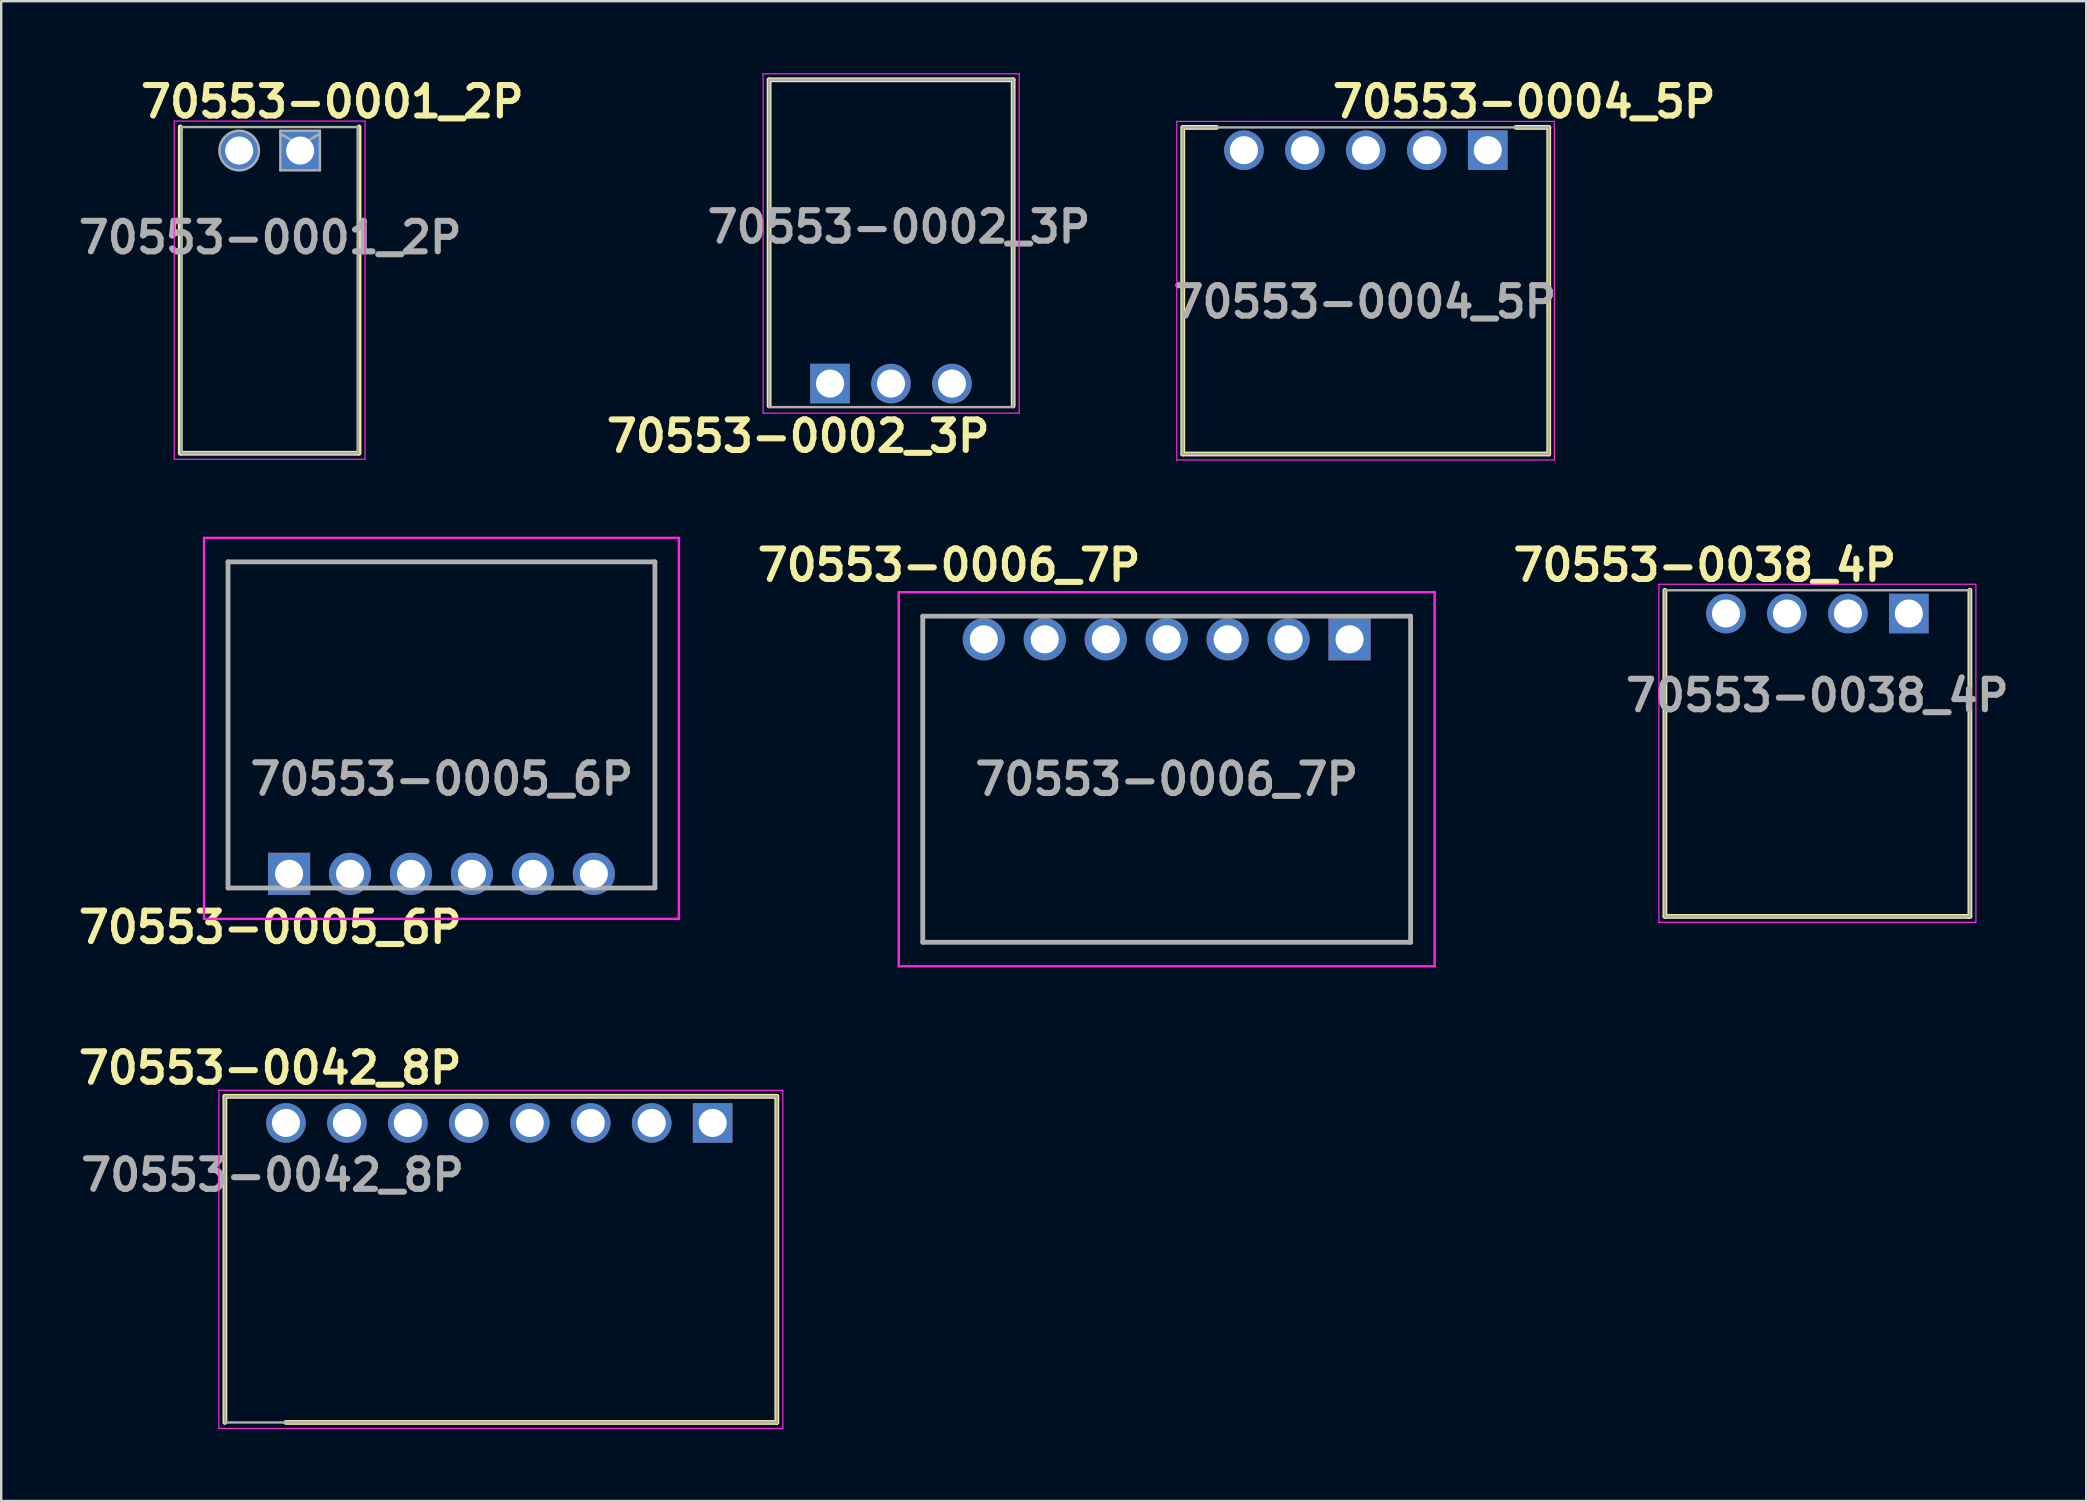
<source format=kicad_pcb>
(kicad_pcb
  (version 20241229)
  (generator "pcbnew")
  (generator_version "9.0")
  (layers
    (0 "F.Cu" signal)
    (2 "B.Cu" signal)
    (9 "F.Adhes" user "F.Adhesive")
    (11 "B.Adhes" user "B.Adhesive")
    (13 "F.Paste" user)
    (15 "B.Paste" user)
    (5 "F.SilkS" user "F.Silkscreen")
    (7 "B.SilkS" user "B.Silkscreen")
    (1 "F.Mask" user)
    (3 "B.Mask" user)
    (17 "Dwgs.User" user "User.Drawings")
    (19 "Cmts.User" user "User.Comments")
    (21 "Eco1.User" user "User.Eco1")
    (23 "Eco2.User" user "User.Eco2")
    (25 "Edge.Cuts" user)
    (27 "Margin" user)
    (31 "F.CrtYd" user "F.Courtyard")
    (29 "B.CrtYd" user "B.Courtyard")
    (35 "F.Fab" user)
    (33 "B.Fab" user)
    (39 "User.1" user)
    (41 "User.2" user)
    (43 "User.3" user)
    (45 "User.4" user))
  (footprint "70553-0002_3P"
    (layer "F.Cu")
    (at 31.54 12.935)
    (property "Reference" "70553-0002_3P" (at -1.33 2.19 0) (layer "F.SilkS") (effects (font (size 1.27 1.27) (thickness 0.254))))
    (attr through_hole)
    (fp_line (start -2.54 -12.66) (end -2.54 0.93) (stroke (width 0.2) (type solid)) (layer "F.SilkS"))
    (fp_line (start 7.63 -12.66) (end -2.54 -12.66) (stroke (width 0.2) (type solid)) (layer "F.SilkS"))
    (fp_line (start 7.63 0.93) (end 7.63 -12.66) (stroke (width 0.2) (type solid)) (layer "F.SilkS"))
    (fp_line (start -2.79 -12.91) (end 7.88 -12.91) (stroke (width 0.05) (type solid)) (layer "F.CrtYd"))
    (fp_line (start -2.79 1.23) (end -2.79 -12.91) (stroke (width 0.05) (type solid)) (layer "F.CrtYd"))
    (fp_line (start 7.88 -12.91) (end 7.88 1.23) (stroke (width 0.05) (type solid)) (layer "F.CrtYd"))
    (fp_line (start 7.88 1.23) (end -2.79 1.23) (stroke (width 0.05) (type solid)) (layer "F.CrtYd"))
    (fp_line (start -2.54 -12.66) (end 7.63 -12.66) (stroke (width 0.1) (type solid)) (layer "F.Fab"))
    (fp_line (start -2.54 0.93) (end -2.54 -12.66) (stroke (width 0.1) (type solid)) (layer "F.Fab"))
    (fp_line (start 7.63 -12.66) (end 7.63 0.93) (stroke (width 0.1) (type solid)) (layer "F.Fab"))
    (fp_line (start 7.63 0.98) (end -2.54 0.98) (stroke (width 0.1) (type solid)) (layer "F.Fab"))
    (fp_text user "${REFERENCE}" (at 2.87 -6.53 0) (layer "F.Fab") (effects (font (size 1.27 1.27) (thickness 0.254))))
    (pad "1" thru_hole rect (at 0 0) (size 1.65 1.65) (drill 1.17) (layers "*.Cu" "*.Mask"))
    (pad "2" thru_hole circle (at 2.54 0) (size 1.65 1.65) (drill 1.17) (layers "*.Cu" "*.Mask"))
    (pad "3" thru_hole circle (at 5.08 0) (size 1.65 1.65) (drill 1.17) (layers "*.Cu" "*.Mask")))
  (footprint "70553-0001_2P"
    (layer "F.Cu")
    (at 9.457 3.224)
    (property "Reference" "70553-0001_2P" (at 1.34 -2.035 0) (layer "F.SilkS") (effects (font (size 1.27 1.27) (thickness 0.254))))
    (attr through_hole)
    (fp_line (start -4.995 12.615) (end -4.995 -0.985) (stroke (width 0.2) (type solid)) (layer "F.SilkS"))
    (fp_line (start -4.955 12.615) (end 2.415 12.615) (stroke (width 0.2) (type solid)) (layer "F.SilkS"))
    (fp_line (start 2.455 12.615) (end 2.455 -0.985) (stroke (width 0.2) (type solid)) (layer "F.SilkS"))
    (fp_line (start -5.245 -1.22) (end -5.245 12.865) (stroke (width 0.05) (type solid)) (layer "F.CrtYd"))
    (fp_line (start -5.245 12.865) (end 2.705 12.865) (stroke (width 0.05) (type solid)) (layer "F.CrtYd"))
    (fp_line (start -4.955 -0.98) (end -4.955 12.61) (stroke (width 0.001) (type solid)) (layer "F.CrtYd"))
    (fp_line (start -4.955 12.61) (end 2.415 12.61) (stroke (width 0.001) (type solid)) (layer "F.CrtYd"))
    (fp_line (start -0.5 0) (end 0.5 0) (stroke (width 0.05) (type solid)) (layer "F.CrtYd"))
    (fp_line (start 0 0.5) (end 0 -0.5) (stroke (width 0.05) (type solid)) (layer "F.CrtYd"))
    (fp_line (start 2.415 -0.98) (end -4.955 -0.98) (stroke (width 0.001) (type solid)) (layer "F.CrtYd"))
    (fp_line (start 2.415 12.61) (end 2.415 -0.98) (stroke (width 0.001) (type solid)) (layer "F.CrtYd"))
    (fp_line (start 2.705 -1.23) (end -5.245 -1.23) (stroke (width 0.05) (type solid)) (layer "F.CrtYd"))
    (fp_line (start 2.705 12.865) (end 2.705 -1.23) (stroke (width 0.05) (type solid)) (layer "F.CrtYd"))
    (fp_line (start -4.955 -0.98) (end -4.955 12.61) (stroke (width 0.1) (type solid)) (layer "F.Fab"))
    (fp_line (start -4.955 12.61) (end 2.415 12.61) (stroke (width 0.1) (type solid)) (layer "F.Fab"))
    (fp_line (start -0.825 -0.825) (end 0.825 -0.825) (stroke (width 0.1) (type solid)) (layer "F.Fab"))
    (fp_line (start -0.825 -0.7) (end 0 -0.225) (stroke (width 0.1) (type solid)) (layer "F.Fab"))
    (fp_line (start -0.825 0.825) (end -0.825 -0.825) (stroke (width 0.1) (type solid)) (layer "F.Fab"))
    (fp_line (start 0.825 -0.825) (end 0.825 0.825) (stroke (width 0.1) (type solid)) (layer "F.Fab"))
    (fp_line (start 0.825 -0.7) (end 0 -0.225) (stroke (width 0.1) (type solid)) (layer "F.Fab"))
    (fp_line (start 0.825 0.825) (end -0.825 0.825) (stroke (width 0.1) (type solid)) (layer "F.Fab"))
    (fp_line (start 2.415 -0.98) (end -4.955 -0.98) (stroke (width 0.1) (type solid)) (layer "F.Fab"))
    (fp_line (start 2.415 12.61) (end 2.415 -0.98) (stroke (width 0.1) (type solid)) (layer "F.Fab"))
    (fp_circle (center -2.54 0) (end -2.54 0.825) (stroke (width 0.1) (type solid)) (fill no) (layer "F.Fab"))
    (fp_text user "${REFERENCE}" (at -1.25 3.625 0) (layer "F.Fab") (effects (font (size 1.27 1.27) (thickness 0.254))))
    (pad "1" thru_hole rect (at 0 0) (size 1.65 1.65) (drill 1.17) (layers "*.Cu" "*.Mask"))
    (pad "2" thru_hole circle (at -2.54 0) (size 1.65 1.65) (drill 1.17) (layers "*.Cu" "*.Mask")))
  (footprint "70553-0005_6P"
    (layer "F.Cu")
    (at 15.347 27.303)
    (property "Reference" "70553-0005_6P" (at -7.14 8.29 0) (layer "F.SilkS") (effects (font (size 1.27 1.27) (thickness 0.254))))
    (attr through_hole)
    (fp_line (start -8.895 -6.939) (end 8.895 -6.939) (stroke (width 0.1) (type solid)) (layer "F.SilkS"))
    (fp_line (start -8.895 6.651) (end -8.895 -6.939) (stroke (width 0.1) (type solid)) (layer "F.SilkS"))
    (fp_line (start 8.895 -6.939) (end 8.895 6.651) (stroke (width 0.1) (type solid)) (layer "F.SilkS"))
    (fp_line (start -9.895 -7.939) (end 9.895 -7.939) (stroke (width 0.1) (type solid)) (layer "F.CrtYd"))
    (fp_line (start -9.895 7.939) (end -9.895 -7.939) (stroke (width 0.1) (type solid)) (layer "F.CrtYd"))
    (fp_line (start 9.895 -7.939) (end 9.895 7.939) (stroke (width 0.1) (type solid)) (layer "F.CrtYd"))
    (fp_line (start 9.895 7.939) (end -9.895 7.939) (stroke (width 0.1) (type solid)) (layer "F.CrtYd"))
    (fp_line (start -8.895 -6.939) (end 8.895 -6.939) (stroke (width 0.2) (type solid)) (layer "F.Fab"))
    (fp_line (start -8.895 6.651) (end -8.895 -6.939) (stroke (width 0.2) (type solid)) (layer "F.Fab"))
    (fp_line (start 8.895 -6.939) (end 8.895 6.651) (stroke (width 0.2) (type solid)) (layer "F.Fab"))
    (fp_line (start 8.895 6.651) (end -8.895 6.651) (stroke (width 0.2) (type solid)) (layer "F.Fab"))
    (fp_text user "${REFERENCE}" (at 0.01 2.11 0) (layer "F.Fab") (effects (font (size 1.27 1.27) (thickness 0.254))))
    (pad "1" thru_hole rect (at -6.35 6.061) (size 1.755 1.755) (drill 1.17) (layers "*.Cu" "*.Mask"))
    (pad "2" thru_hole circle (at -3.81 6.061) (size 1.755 1.755) (drill 1.17) (layers "*.Cu" "*.Mask"))
    (pad "3" thru_hole circle (at -1.27 6.061) (size 1.755 1.755) (drill 1.17) (layers "*.Cu" "*.Mask"))
    (pad "4" thru_hole circle (at 1.27 6.061) (size 1.755 1.755) (drill 1.17) (layers "*.Cu" "*.Mask"))
    (pad "5" thru_hole circle (at 3.81 6.061) (size 1.755 1.755) (drill 1.17) (layers "*.Cu" "*.Mask"))
    (pad "6" thru_hole circle (at 6.35 6.061) (size 1.755 1.755) (drill 1.17) (layers "*.Cu" "*.Mask")))
  (footprint "70553-0004_5P"
    (layer "F.Cu")
    (at 58.963 3.209)
    (property "Reference" "70553-0004_5P" (at 1.5 -2.02 0) (layer "F.SilkS") (effects (font (size 1.27 1.27) (thickness 0.254))))
    (attr through_hole)
    (fp_line (start -12.725 12.66) (end -12.725 -0.94) (stroke (width 0.2) (type solid)) (layer "F.SilkS"))
    (fp_line (start -12.715 -0.95) (end -11.32 -0.95) (stroke (width 0.2) (type solid)) (layer "F.SilkS"))
    (fp_line (start 1.16 -0.95) (end 2.535 -0.95) (stroke (width 0.2) (type solid)) (layer "F.SilkS"))
    (fp_line (start 2.525 -0.94) (end 2.525 12.66) (stroke (width 0.2) (type solid)) (layer "F.SilkS"))
    (fp_line (start 2.525 12.66) (end -12.725 12.66) (stroke (width 0.2) (type solid)) (layer "F.SilkS"))
    (fp_line (start -12.975 -1.2) (end 2.76 -1.2) (stroke (width 0.05) (type solid)) (layer "F.CrtYd"))
    (fp_line (start -12.975 12.91) (end -12.975 -1.2) (stroke (width 0.05) (type solid)) (layer "F.CrtYd"))
    (fp_line (start 2.76 -1.2) (end 2.76 12.91) (stroke (width 0.05) (type solid)) (layer "F.CrtYd"))
    (fp_line (start 2.76 12.91) (end -12.975 12.91) (stroke (width 0.05) (type solid)) (layer "F.CrtYd"))
    (fp_line (start -12.725 12.66) (end -12.725 -0.94) (stroke (width 0.1) (type solid)) (layer "F.Fab"))
    (fp_line (start -12.715 -0.95) (end 2.535 -0.95) (stroke (width 0.1) (type solid)) (layer "F.Fab"))
    (fp_line (start 2.525 -0.94) (end 2.525 12.66) (stroke (width 0.1) (type solid)) (layer "F.Fab"))
    (fp_line (start 2.525 12.66) (end -12.725 12.66) (stroke (width 0.1) (type solid)) (layer "F.Fab"))
    (fp_text user "${REFERENCE}" (at -5.14 6.32 0) (layer "F.Fab") (effects (font (size 1.27 1.27) (thickness 0.254))))
    (pad "1" thru_hole rect (at -0.015 0) (size 1.65 1.65) (drill 1.17) (layers "*.Cu" "*.Mask"))
    (pad "2" thru_hole circle (at -2.555 0) (size 1.65 1.65) (drill 1.17) (layers "*.Cu" "*.Mask"))
    (pad "3" thru_hole circle (at -5.095 0) (size 1.65 1.65) (drill 1.17) (layers "*.Cu" "*.Mask"))
    (pad "4" thru_hole circle (at -7.635 0) (size 1.65 1.65) (drill 1.17) (layers "*.Cu" "*.Mask"))
    (pad "5" thru_hole circle (at -10.175 0) (size 1.65 1.65) (drill 1.17) (layers "*.Cu" "*.Mask")))
  (footprint "70553-0042_8P"
    (layer "F.Cu")
    (at 8.867 43.746)
    (property "Reference" "70553-0042_8P" (at -0.66 -2.29 0) (layer "F.SilkS") (effects (font (size 1.27 1.27) (thickness 0.254))))
    (attr through_hole)
    (fp_line (start -2.545 -1.11) (end -2.545 12.48) (stroke (width 0.2) (type solid)) (layer "F.SilkS"))
    (fp_line (start 0 12.48) (end 20.455 12.48) (stroke (width 0.2) (type solid)) (layer "F.SilkS"))
    (fp_line (start 20.455 -1.11) (end -2.545 -1.11) (stroke (width 0.2) (type solid)) (layer "F.SilkS"))
    (fp_line (start 20.455 12.48) (end 20.455 -1.11) (stroke (width 0.2) (type solid)) (layer "F.SilkS"))
    (fp_line (start -2.795 -1.36) (end 20.705 -1.36) (stroke (width 0.05) (type solid)) (layer "F.CrtYd"))
    (fp_line (start -2.795 12.73) (end -2.795 -1.36) (stroke (width 0.05) (type solid)) (layer "F.CrtYd"))
    (fp_line (start 20.705 -1.36) (end 20.705 12.73) (stroke (width 0.05) (type solid)) (layer "F.CrtYd"))
    (fp_line (start 20.705 12.73) (end -2.795 12.73) (stroke (width 0.05) (type solid)) (layer "F.CrtYd"))
    (fp_line (start -2.545 -1.11) (end 20.455 -1.11) (stroke (width 0.1) (type solid)) (layer "F.Fab"))
    (fp_line (start -2.545 12.48) (end -2.545 -1.11) (stroke (width 0.1) (type solid)) (layer "F.Fab"))
    (fp_line (start 20.455 -1.11) (end 20.455 12.48) (stroke (width 0.1) (type solid)) (layer "F.Fab"))
    (fp_line (start 20.455 12.48) (end -2.545 12.48) (stroke (width 0.1) (type solid)) (layer "F.Fab"))
    (fp_text user "${REFERENCE}" (at -0.56 2.17 0) (layer "F.Fab") (effects (font (size 1.27 1.27) (thickness 0.254))))
    (pad "1" thru_hole rect (at 17.78 0) (size 1.65 1.65) (drill 1.17) (layers "*.Cu" "*.Mask"))
    (pad "2" thru_hole circle (at 15.24 0) (size 1.65 1.65) (drill 1.17) (layers "*.Cu" "*.Mask"))
    (pad "3" thru_hole circle (at 12.7 0) (size 1.65 1.65) (drill 1.17) (layers "*.Cu" "*.Mask"))
    (pad "4" thru_hole circle (at 10.16 0) (size 1.65 1.65) (drill 1.17) (layers "*.Cu" "*.Mask"))
    (pad "5" thru_hole circle (at 7.62 0) (size 1.65 1.65) (drill 1.17) (layers "*.Cu" "*.Mask"))
    (pad "6" thru_hole circle (at 5.08 0) (size 1.65 1.65) (drill 1.17) (layers "*.Cu" "*.Mask"))
    (pad "7" thru_hole circle (at 2.54 0) (size 1.65 1.65) (drill 1.17) (layers "*.Cu" "*.Mask"))
    (pad "8" thru_hole circle (at 0 0) (size 1.65 1.65) (drill 1.17) (layers "*.Cu" "*.Mask")))
  (footprint "70553-0038_4P"
    (layer "F.Cu")
    (at 68.875 22.517)
    (property "Reference" "70553-0038_4P" (at -0.885 -2.015 0) (layer "F.SilkS") (effects (font (size 1.27 1.27) (thickness 0.254))))
    (attr through_hole)
    (fp_line (start -2.545 -0.97) (end -2.545 12.62) (stroke (width 0.2) (type solid)) (layer "F.SilkS"))
    (fp_line (start -2.545 12.62) (end 10.165 12.62) (stroke (width 0.2) (type solid)) (layer "F.SilkS"))
    (fp_line (start 10.165 12.62) (end 10.165 -0.97) (stroke (width 0.2) (type solid)) (layer "F.SilkS"))
    (fp_line (start -2.795 -1.22) (end 10.415 -1.22) (stroke (width 0.05) (type solid)) (layer "F.CrtYd"))
    (fp_line (start -2.795 12.87) (end -2.795 -1.22) (stroke (width 0.05) (type solid)) (layer "F.CrtYd"))
    (fp_line (start 10.415 -1.22) (end 10.415 12.87) (stroke (width 0.05) (type solid)) (layer "F.CrtYd"))
    (fp_line (start 10.415 12.87) (end -2.795 12.87) (stroke (width 0.05) (type solid)) (layer "F.CrtYd"))
    (fp_line (start -2.545 -0.97) (end 10.165 -0.97) (stroke (width 0.1) (type solid)) (layer "F.Fab"))
    (fp_line (start -2.545 12.62) (end -2.545 -0.97) (stroke (width 0.1) (type solid)) (layer "F.Fab"))
    (fp_line (start 10.165 -0.97) (end 10.165 12.62) (stroke (width 0.1) (type solid)) (layer "F.Fab"))
    (fp_line (start 10.165 12.62) (end -2.545 12.62) (stroke (width 0.1) (type solid)) (layer "F.Fab"))
    (fp_text user "${REFERENCE}" (at 3.805 3.415 0) (layer "F.Fab") (effects (font (size 1.27 1.27) (thickness 0.254))))
    (pad "1" thru_hole rect (at 7.62 0) (size 1.65 1.65) (drill 1.17) (layers "*.Cu" "*.Mask"))
    (pad "2" thru_hole circle (at 5.08 0) (size 1.65 1.65) (drill 1.17) (layers "*.Cu" "*.Mask"))
    (pad "3" thru_hole circle (at 2.54 0) (size 1.65 1.65) (drill 1.17) (layers "*.Cu" "*.Mask"))
    (pad "4" thru_hole circle (at 0 0) (size 1.65 1.65) (drill 1.17) (layers "*.Cu" "*.Mask")))
  (footprint "70553-0006_7P"
    (layer "F.Cu")
    (at 37.948 23.592)
    (property "Reference" "70553-0006_7P" (at -1.45 -3.09 0) (layer "F.SilkS") (effects (font (size 1.27 1.27) (thickness 0.254))))
    (attr through_hole)
    (fp_line (start -2.545 0) (end -2.545 12.625) (stroke (width 0.1) (type solid)) (layer "F.SilkS"))
    (fp_line (start -2.545 12.625) (end 17.785 12.625) (stroke (width 0.1) (type solid)) (layer "F.SilkS"))
    (fp_line (start 17.785 12.625) (end 17.785 0) (stroke (width 0.1) (type solid)) (layer "F.SilkS"))
    (fp_line (start -3.545 -1.965) (end 18.785 -1.965) (stroke (width 0.1) (type solid)) (layer "F.CrtYd"))
    (fp_line (start -3.545 13.625) (end -3.545 -1.965) (stroke (width 0.1) (type solid)) (layer "F.CrtYd"))
    (fp_line (start 18.785 -1.965) (end 18.785 13.625) (stroke (width 0.1) (type solid)) (layer "F.CrtYd"))
    (fp_line (start 18.785 13.625) (end -3.545 13.625) (stroke (width 0.1) (type solid)) (layer "F.CrtYd"))
    (fp_line (start -2.545 -0.965) (end 17.785 -0.965) (stroke (width 0.2) (type solid)) (layer "F.Fab"))
    (fp_line (start -2.545 12.625) (end -2.545 -0.965) (stroke (width 0.2) (type solid)) (layer "F.Fab"))
    (fp_line (start 17.785 -0.965) (end 17.785 12.625) (stroke (width 0.2) (type solid)) (layer "F.Fab"))
    (fp_line (start 17.785 12.625) (end -2.545 12.625) (stroke (width 0.2) (type solid)) (layer "F.Fab"))
    (fp_text user "${REFERENCE}" (at 7.62 5.83 0) (layer "F.Fab") (effects (font (size 1.27 1.27) (thickness 0.254))))
    (pad "1" thru_hole rect (at 15.24 0) (size 1.755 1.755) (drill 1.17) (layers "*.Cu" "*.Mask"))
    (pad "2" thru_hole circle (at 12.7 0) (size 1.755 1.755) (drill 1.17) (layers "*.Cu" "*.Mask"))
    (pad "3" thru_hole circle (at 10.16 0) (size 1.755 1.755) (drill 1.17) (layers "*.Cu" "*.Mask"))
    (pad "4" thru_hole circle (at 7.62 0) (size 1.755 1.755) (drill 1.17) (layers "*.Cu" "*.Mask"))
    (pad "5" thru_hole circle (at 5.08 0) (size 1.755 1.755) (drill 1.17) (layers "*.Cu" "*.Mask"))
    (pad "6" thru_hole circle (at 2.54 0) (size 1.755 1.755) (drill 1.17) (layers "*.Cu" "*.Mask"))
    (pad "7" thru_hole circle (at 0 0) (size 1.755 1.755) (drill 1.17) (layers "*.Cu" "*.Mask")))
  (gr_rect
    (start -3 -3)
    (end 83.886 59.501)
    (stroke (width 0.1) (type default))
    (fill no)
    (layer "Edge.Cuts")))
</source>
